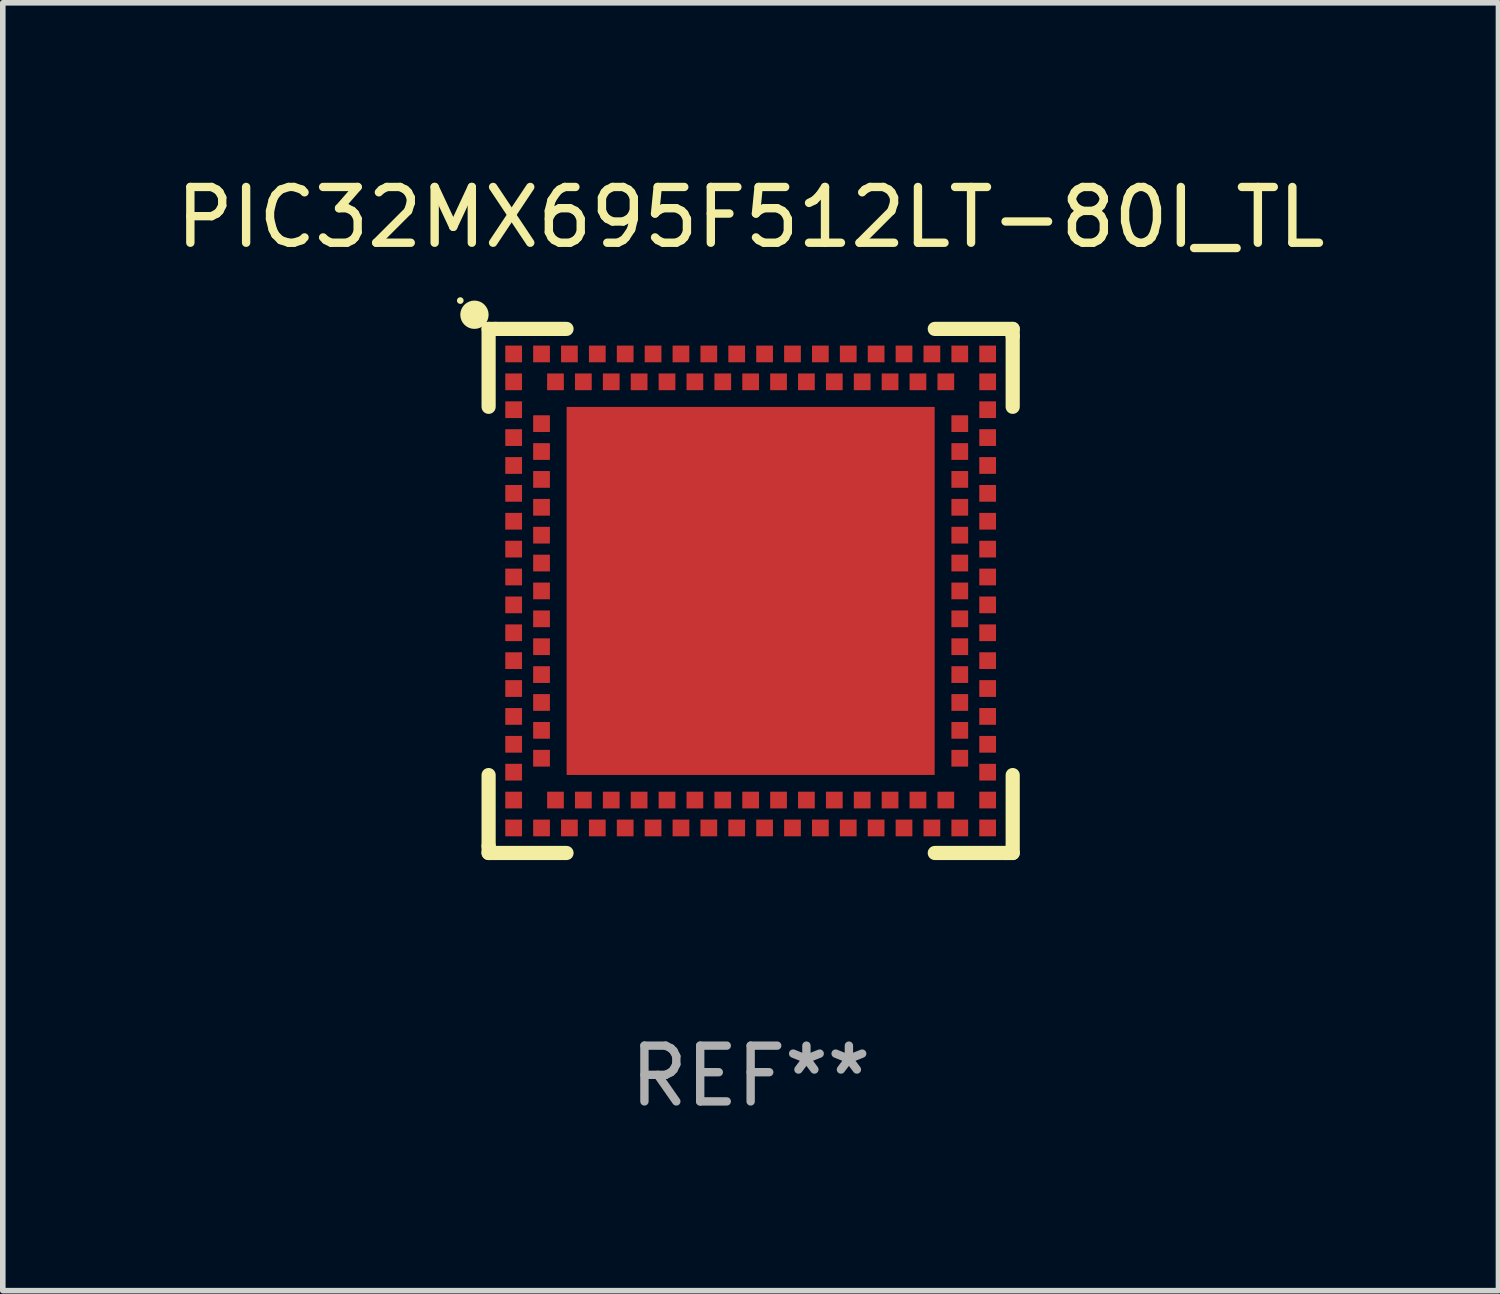
<source format=kicad_pcb>
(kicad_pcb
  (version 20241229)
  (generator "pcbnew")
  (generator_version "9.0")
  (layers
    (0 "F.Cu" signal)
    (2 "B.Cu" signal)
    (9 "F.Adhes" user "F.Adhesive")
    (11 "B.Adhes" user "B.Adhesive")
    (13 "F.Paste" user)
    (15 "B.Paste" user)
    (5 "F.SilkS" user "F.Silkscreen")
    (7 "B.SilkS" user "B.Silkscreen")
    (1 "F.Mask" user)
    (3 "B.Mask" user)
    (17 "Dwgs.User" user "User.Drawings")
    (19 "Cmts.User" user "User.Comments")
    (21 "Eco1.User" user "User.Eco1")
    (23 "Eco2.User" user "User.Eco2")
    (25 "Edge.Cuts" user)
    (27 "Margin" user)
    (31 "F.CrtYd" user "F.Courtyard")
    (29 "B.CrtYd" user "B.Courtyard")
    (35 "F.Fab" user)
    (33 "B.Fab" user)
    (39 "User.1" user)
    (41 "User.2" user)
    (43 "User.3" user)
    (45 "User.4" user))
  (footprint "PIC32MX695F512LT-80I_TL"
    (layer "F.Cu")
    (at 10.411 7.547)
    (property "Reference" "PIC32MX695F512LT-80I_TL" (at 0 -6.699 0) (layer "F.SilkS") (effects (font (size 1 1) (thickness 0.15))))
    (attr through_hole)
    (fp_line (start -4.699 -4.699) (end -4.699 -3.302) (stroke (width 0.254) (type solid)) (layer "F.SilkS"))
    (fp_line (start -4.699 3.302) (end -4.699 4.572) (stroke (width 0.254) (type solid)) (layer "F.SilkS"))
    (fp_line (start -4.699 4.572) (end -4.699 4.699) (stroke (width 0.254) (type solid)) (layer "F.SilkS"))
    (fp_line (start -4.699 4.699) (end -3.302 4.699) (stroke (width 0.254) (type solid)) (layer "F.SilkS"))
    (fp_line (start -4.572 -4.699) (end -4.699 -4.699) (stroke (width 0.254) (type solid)) (layer "F.SilkS"))
    (fp_line (start -3.302 -4.699) (end -4.572 -4.699) (stroke (width 0.254) (type solid)) (layer "F.SilkS"))
    (fp_line (start 3.302 4.699) (end 4.572 4.699) (stroke (width 0.254) (type solid)) (layer "F.SilkS"))
    (fp_line (start 4.572 4.699) (end 4.699 4.699) (stroke (width 0.254) (type solid)) (layer "F.SilkS"))
    (fp_line (start 4.699 -4.699) (end 3.302 -4.699) (stroke (width 0.254) (type solid)) (layer "F.SilkS"))
    (fp_line (start 4.699 -4.572) (end 4.699 -4.699) (stroke (width 0.254) (type solid)) (layer "F.SilkS"))
    (fp_line (start 4.699 -3.302) (end 4.699 -4.572) (stroke (width 0.254) (type solid)) (layer "F.SilkS"))
    (fp_line (start 4.699 4.699) (end 4.699 3.302) (stroke (width 0.254) (type solid)) (layer "F.SilkS"))
    (fp_circle (center -5.207 -5.207) (end -5.177 -5.207) (stroke (width 0.06) (type solid)) (fill no) (layer "F.SilkS"))
    (fp_circle (center -4.953 -4.953) (end -4.826 -4.953) (stroke (width 0.254) (type solid)) (fill no) (layer "F.SilkS"))
    (fp_text user "REF**" (at 0 8.699 0) (layer "F.Fab") (effects (font (size 1 1) (thickness 0.15))))
    (pad "125" smd rect (at 0.000025 -0.000102 90) (size 6.6 6.6) (layers "F.Cu" "F.Mask" "F.Paste"))
    (pad "A1" smd rect (at -4.25 -3.75 90) (size 0.3 0.3) (layers "F.Cu" "F.Mask" "F.Paste"))
    (pad "A2" smd rect (at -4.25 -3.25 90) (size 0.3 0.3) (layers "F.Cu" "F.Mask" "F.Paste"))
    (pad "A3" smd rect (at -4.25 -2.75 90) (size 0.3 0.3) (layers "F.Cu" "F.Mask" "F.Paste"))
    (pad "A4" smd rect (at -4.25 -2.25 90) (size 0.3 0.3) (layers "F.Cu" "F.Mask" "F.Paste"))
    (pad "A5" smd rect (at -4.25 -1.75 90) (size 0.3 0.3) (layers "F.Cu" "F.Mask" "F.Paste"))
    (pad "A6" smd rect (at -4.25 -1.25 90) (size 0.3 0.3) (layers "F.Cu" "F.Mask" "F.Paste"))
    (pad "A7" smd rect (at -4.25 -0.75 90) (size 0.3 0.3) (layers "F.Cu" "F.Mask" "F.Paste"))
    (pad "A8" smd rect (at -4.25 -0.25 90) (size 0.3 0.3) (layers "F.Cu" "F.Mask" "F.Paste"))
    (pad "A9" smd rect (at -4.25 0.25 90) (size 0.3 0.3) (layers "F.Cu" "F.Mask" "F.Paste"))
    (pad "A10" smd rect (at -4.25 0.75 90) (size 0.3 0.3) (layers "F.Cu" "F.Mask" "F.Paste"))
    (pad "A11" smd rect (at -4.25 1.25 90) (size 0.3 0.3) (layers "F.Cu" "F.Mask" "F.Paste"))
    (pad "A12" smd rect (at -4.25 1.75 90) (size 0.3 0.3) (layers "F.Cu" "F.Mask" "F.Paste"))
    (pad "A13" smd rect (at -4.25 2.25 90) (size 0.3 0.3) (layers "F.Cu" "F.Mask" "F.Paste"))
    (pad "A14" smd rect (at -4.25 2.75 90) (size 0.3 0.3) (layers "F.Cu" "F.Mask" "F.Paste"))
    (pad "A15" smd rect (at -4.25 3.25 90) (size 0.3 0.3) (layers "F.Cu" "F.Mask" "F.Paste"))
    (pad "A16" smd rect (at -4.25 3.75 90) (size 0.3 0.3) (layers "F.Cu" "F.Mask" "F.Paste"))
    (pad "A17" smd rect (at -4.25 4.25 90) (size 0.3 0.3) (layers "F.Cu" "F.Mask" "F.Paste"))
    (pad "A18" smd rect (at -3.75 4.25 90) (size 0.3 0.3) (layers "F.Cu" "F.Mask" "F.Paste"))
    (pad "A19" smd rect (at -3.25 4.25 90) (size 0.3 0.3) (layers "F.Cu" "F.Mask" "F.Paste"))
    (pad "A20" smd rect (at -2.75 4.25 90) (size 0.3 0.3) (layers "F.Cu" "F.Mask" "F.Paste"))
    (pad "A21" smd rect (at -2.25 4.25 90) (size 0.3 0.3) (layers "F.Cu" "F.Mask" "F.Paste"))
    (pad "A22" smd rect (at -1.75 4.25 90) (size 0.3 0.3) (layers "F.Cu" "F.Mask" "F.Paste"))
    (pad "A23" smd rect (at -1.25 4.25 90) (size 0.3 0.3) (layers "F.Cu" "F.Mask" "F.Paste"))
    (pad "A24" smd rect (at -0.75 4.25 90) (size 0.3 0.3) (layers "F.Cu" "F.Mask" "F.Paste"))
    (pad "A25" smd rect (at -0.25 4.25 90) (size 0.3 0.3) (layers "F.Cu" "F.Mask" "F.Paste"))
    (pad "A26" smd rect (at 0.25 4.25 90) (size 0.3 0.3) (layers "F.Cu" "F.Mask" "F.Paste"))
    (pad "A27" smd rect (at 0.75 4.25 90) (size 0.3 0.3) (layers "F.Cu" "F.Mask" "F.Paste"))
    (pad "A28" smd rect (at 1.25 4.25 90) (size 0.3 0.3) (layers "F.Cu" "F.Mask" "F.Paste"))
    (pad "A29" smd rect (at 1.75 4.25 90) (size 0.3 0.3) (layers "F.Cu" "F.Mask" "F.Paste"))
    (pad "A30" smd rect (at 2.25 4.25 90) (size 0.3 0.3) (layers "F.Cu" "F.Mask" "F.Paste"))
    (pad "A31" smd rect (at 2.75 4.25 90) (size 0.3 0.3) (layers "F.Cu" "F.Mask" "F.Paste"))
    (pad "A32" smd rect (at 3.25 4.25 90) (size 0.3 0.3) (layers "F.Cu" "F.Mask" "F.Paste"))
    (pad "A33" smd rect (at 3.75 4.25 90) (size 0.3 0.3) (layers "F.Cu" "F.Mask" "F.Paste"))
    (pad "A34" smd rect (at 4.25 4.25 90) (size 0.3 0.3) (layers "F.Cu" "F.Mask" "F.Paste"))
    (pad "A35" smd rect (at 4.25 3.75 90) (size 0.3 0.3) (layers "F.Cu" "F.Mask" "F.Paste"))
    (pad "A36" smd rect (at 4.25 3.25 90) (size 0.3 0.3) (layers "F.Cu" "F.Mask" "F.Paste"))
    (pad "A37" smd rect (at 4.25 2.75 90) (size 0.3 0.3) (layers "F.Cu" "F.Mask" "F.Paste"))
    (pad "A38" smd rect (at 4.25 2.25 90) (size 0.3 0.3) (layers "F.Cu" "F.Mask" "F.Paste"))
    (pad "A39" smd rect (at 4.25 1.75 90) (size 0.3 0.3) (layers "F.Cu" "F.Mask" "F.Paste"))
    (pad "A40" smd rect (at 4.25 1.25 90) (size 0.3 0.3) (layers "F.Cu" "F.Mask" "F.Paste"))
    (pad "A41" smd rect (at 4.25 0.75 90) (size 0.3 0.3) (layers "F.Cu" "F.Mask" "F.Paste"))
    (pad "A42" smd rect (at 4.25 0.25 90) (size 0.3 0.3) (layers "F.Cu" "F.Mask" "F.Paste"))
    (pad "A43" smd rect (at 4.25 -0.25 90) (size 0.3 0.3) (layers "F.Cu" "F.Mask" "F.Paste"))
    (pad "A44" smd rect (at 4.25 -0.75 90) (size 0.3 0.3) (layers "F.Cu" "F.Mask" "F.Paste"))
    (pad "A45" smd rect (at 4.25 -1.25 90) (size 0.3 0.3) (layers "F.Cu" "F.Mask" "F.Paste"))
    (pad "A46" smd rect (at 4.25 -1.75 90) (size 0.3 0.3) (layers "F.Cu" "F.Mask" "F.Paste"))
    (pad "A47" smd rect (at 4.25 -2.25 90) (size 0.3 0.3) (layers "F.Cu" "F.Mask" "F.Paste"))
    (pad "A48" smd rect (at 4.25 -2.75 90) (size 0.3 0.3) (layers "F.Cu" "F.Mask" "F.Paste"))
    (pad "A49" smd rect (at 4.25 -3.25 90) (size 0.3 0.3) (layers "F.Cu" "F.Mask" "F.Paste"))
    (pad "A50" smd rect (at 4.25 -3.75 90) (size 0.3 0.3) (layers "F.Cu" "F.Mask" "F.Paste"))
    (pad "A51" smd rect (at 4.25 -4.25 90) (size 0.3 0.3) (layers "F.Cu" "F.Mask" "F.Paste"))
    (pad "A52" smd rect (at 3.75 -4.25 90) (size 0.3 0.3) (layers "F.Cu" "F.Mask" "F.Paste"))
    (pad "A53" smd rect (at 3.25 -4.25 90) (size 0.3 0.3) (layers "F.Cu" "F.Mask" "F.Paste"))
    (pad "A54" smd rect (at 2.75 -4.25 90) (size 0.3 0.3) (layers "F.Cu" "F.Mask" "F.Paste"))
    (pad "A55" smd rect (at 2.25 -4.25 90) (size 0.3 0.3) (layers "F.Cu" "F.Mask" "F.Paste"))
    (pad "A56" smd rect (at 1.75 -4.25 90) (size 0.3 0.3) (layers "F.Cu" "F.Mask" "F.Paste"))
    (pad "A57" smd rect (at 1.25 -4.25 90) (size 0.3 0.3) (layers "F.Cu" "F.Mask" "F.Paste"))
    (pad "A58" smd rect (at 0.75 -4.25 90) (size 0.3 0.3) (layers "F.Cu" "F.Mask" "F.Paste"))
    (pad "A59" smd rect (at 0.25 -4.25 90) (size 0.3 0.3) (layers "F.Cu" "F.Mask" "F.Paste"))
    (pad "A60" smd rect (at -0.25 -4.25 90) (size 0.3 0.3) (layers "F.Cu" "F.Mask" "F.Paste"))
    (pad "A61" smd rect (at -0.75 -4.25 90) (size 0.3 0.3) (layers "F.Cu" "F.Mask" "F.Paste"))
    (pad "A62" smd rect (at -1.25 -4.25 90) (size 0.3 0.3) (layers "F.Cu" "F.Mask" "F.Paste"))
    (pad "A63" smd rect (at -1.75 -4.25 90) (size 0.3 0.3) (layers "F.Cu" "F.Mask" "F.Paste"))
    (pad "A64" smd rect (at -2.25 -4.25 90) (size 0.3 0.3) (layers "F.Cu" "F.Mask" "F.Paste"))
    (pad "A65" smd rect (at -2.75 -4.25 90) (size 0.3 0.3) (layers "F.Cu" "F.Mask" "F.Paste"))
    (pad "A66" smd rect (at -3.25 -4.25 90) (size 0.3 0.3) (layers "F.Cu" "F.Mask" "F.Paste"))
    (pad "A67" smd rect (at -3.75 -4.25 90) (size 0.3 0.3) (layers "F.Cu" "F.Mask" "F.Paste"))
    (pad "A68" smd rect (at -4.25 -4.25 90) (size 0.3 0.3) (layers "F.Cu" "F.Mask" "F.Paste"))
    (pad "B1" smd rect (at -3.75 -3 90) (size 0.3 0.3) (layers "F.Cu" "F.Mask" "F.Paste"))
    (pad "B2" smd rect (at -3.75 -2.5 90) (size 0.3 0.3) (layers "F.Cu" "F.Mask" "F.Paste"))
    (pad "B3" smd rect (at -3.75 -2 90) (size 0.3 0.3) (layers "F.Cu" "F.Mask" "F.Paste"))
    (pad "B4" smd rect (at -3.75 -1.5 90) (size 0.3 0.3) (layers "F.Cu" "F.Mask" "F.Paste"))
    (pad "B5" smd rect (at -3.75 -1 90) (size 0.3 0.3) (layers "F.Cu" "F.Mask" "F.Paste"))
    (pad "B6" smd rect (at -3.75 -0.5 90) (size 0.3 0.3) (layers "F.Cu" "F.Mask" "F.Paste"))
    (pad "B7" smd rect (at -3.75 -0.000102 90) (size 0.3 0.3) (layers "F.Cu" "F.Mask" "F.Paste"))
    (pad "B8" smd rect (at -3.75 0.5 90) (size 0.3 0.3) (layers "F.Cu" "F.Mask" "F.Paste"))
    (pad "B9" smd rect (at -3.75 1 90) (size 0.3 0.3) (layers "F.Cu" "F.Mask" "F.Paste"))
    (pad "B10" smd rect (at -3.75 1.5 90) (size 0.3 0.3) (layers "F.Cu" "F.Mask" "F.Paste"))
    (pad "B11" smd rect (at -3.75 2 90) (size 0.3 0.3) (layers "F.Cu" "F.Mask" "F.Paste"))
    (pad "B12" smd rect (at -3.75 2.5 90) (size 0.3 0.3) (layers "F.Cu" "F.Mask" "F.Paste"))
    (pad "B13" smd rect (at -3.75 3 90) (size 0.3 0.3) (layers "F.Cu" "F.Mask" "F.Paste"))
    (pad "B14" smd rect (at -3.5 3.75 90) (size 0.3 0.3) (layers "F.Cu" "F.Mask" "F.Paste"))
    (pad "B15" smd rect (at -3 3.75 90) (size 0.3 0.3) (layers "F.Cu" "F.Mask" "F.Paste"))
    (pad "B16" smd rect (at -2.5 3.75 90) (size 0.3 0.3) (layers "F.Cu" "F.Mask" "F.Paste"))
    (pad "B17" smd rect (at -2 3.75 90) (size 0.3 0.3) (layers "F.Cu" "F.Mask" "F.Paste"))
    (pad "B18" smd rect (at -1.5 3.75 90) (size 0.3 0.3) (layers "F.Cu" "F.Mask" "F.Paste"))
    (pad "B19" smd rect (at -1 3.75 90) (size 0.3 0.3) (layers "F.Cu" "F.Mask" "F.Paste"))
    (pad "B20" smd rect (at -0.5 3.75 90) (size 0.3 0.3) (layers "F.Cu" "F.Mask" "F.Paste"))
    (pad "B21" smd rect (at 0.000025 3.75 90) (size 0.3 0.3) (layers "F.Cu" "F.Mask" "F.Paste"))
    (pad "B22" smd rect (at 0.5 3.75 90) (size 0.3 0.3) (layers "F.Cu" "F.Mask" "F.Paste"))
    (pad "B23" smd rect (at 1 3.75 90) (size 0.3 0.3) (layers "F.Cu" "F.Mask" "F.Paste"))
    (pad "B24" smd rect (at 1.5 3.75 90) (size 0.3 0.3) (layers "F.Cu" "F.Mask" "F.Paste"))
    (pad "B25" smd rect (at 2 3.75 90) (size 0.3 0.3) (layers "F.Cu" "F.Mask" "F.Paste"))
    (pad "B26" smd rect (at 2.5 3.75 90) (size 0.3 0.3) (layers "F.Cu" "F.Mask" "F.Paste"))
    (pad "B27" smd rect (at 3 3.75 90) (size 0.3 0.3) (layers "F.Cu" "F.Mask" "F.Paste"))
    (pad "B28" smd rect (at 3.5 3.75 90) (size 0.3 0.3) (layers "F.Cu" "F.Mask" "F.Paste"))
    (pad "B29" smd rect (at 3.75 3 90) (size 0.3 0.3) (layers "F.Cu" "F.Mask" "F.Paste"))
    (pad "B30" smd rect (at 3.75 2.5 90) (size 0.3 0.3) (layers "F.Cu" "F.Mask" "F.Paste"))
    (pad "B31" smd rect (at 3.75 2 90) (size 0.3 0.3) (layers "F.Cu" "F.Mask" "F.Paste"))
    (pad "B32" smd rect (at 3.75 1.5 90) (size 0.3 0.3) (layers "F.Cu" "F.Mask" "F.Paste"))
    (pad "B33" smd rect (at 3.75 1 90) (size 0.3 0.3) (layers "F.Cu" "F.Mask" "F.Paste"))
    (pad "B34" smd rect (at 3.75 0.5 90) (size 0.3 0.3) (layers "F.Cu" "F.Mask" "F.Paste"))
    (pad "B35" smd rect (at 3.75 -0.000102 90) (size 0.3 0.3) (layers "F.Cu" "F.Mask" "F.Paste"))
    (pad "B36" smd rect (at 3.75 -0.5 90) (size 0.3 0.3) (layers "F.Cu" "F.Mask" "F.Paste"))
    (pad "B37" smd rect (at 3.75 -1 90) (size 0.3 0.3) (layers "F.Cu" "F.Mask" "F.Paste"))
    (pad "B38" smd rect (at 3.75 -1.5 90) (size 0.3 0.3) (layers "F.Cu" "F.Mask" "F.Paste"))
    (pad "B39" smd rect (at 3.75 -2 90) (size 0.3 0.3) (layers "F.Cu" "F.Mask" "F.Paste"))
    (pad "B40" smd rect (at 3.75 -2.5 90) (size 0.3 0.3) (layers "F.Cu" "F.Mask" "F.Paste"))
    (pad "B41" smd rect (at 3.75 -3 90) (size 0.3 0.3) (layers "F.Cu" "F.Mask" "F.Paste"))
    (pad "B42" smd rect (at 3.5 -3.75 90) (size 0.3 0.3) (layers "F.Cu" "F.Mask" "F.Paste"))
    (pad "B43" smd rect (at 3 -3.75 90) (size 0.3 0.3) (layers "F.Cu" "F.Mask" "F.Paste"))
    (pad "B44" smd rect (at 2.5 -3.75 90) (size 0.3 0.3) (layers "F.Cu" "F.Mask" "F.Paste"))
    (pad "B45" smd rect (at 2 -3.75 90) (size 0.3 0.3) (layers "F.Cu" "F.Mask" "F.Paste"))
    (pad "B46" smd rect (at 1.5 -3.75 90) (size 0.3 0.3) (layers "F.Cu" "F.Mask" "F.Paste"))
    (pad "B47" smd rect (at 1 -3.75 90) (size 0.3 0.3) (layers "F.Cu" "F.Mask" "F.Paste"))
    (pad "B48" smd rect (at 0.5 -3.75 90) (size 0.3 0.3) (layers "F.Cu" "F.Mask" "F.Paste"))
    (pad "B49" smd rect (at 0.000025 -3.75 90) (size 0.3 0.3) (layers "F.Cu" "F.Mask" "F.Paste"))
    (pad "B50" smd rect (at -0.5 -3.75 90) (size 0.3 0.3) (layers "F.Cu" "F.Mask" "F.Paste"))
    (pad "B51" smd rect (at -1 -3.75 90) (size 0.3 0.3) (layers "F.Cu" "F.Mask" "F.Paste"))
    (pad "B52" smd rect (at -1.5 -3.75 90) (size 0.3 0.3) (layers "F.Cu" "F.Mask" "F.Paste"))
    (pad "B53" smd rect (at -2 -3.75 90) (size 0.3 0.3) (layers "F.Cu" "F.Mask" "F.Paste"))
    (pad "B54" smd rect (at -2.5 -3.75 90) (size 0.3 0.3) (layers "F.Cu" "F.Mask" "F.Paste"))
    (pad "B55" smd rect (at -3 -3.75 90) (size 0.3 0.3) (layers "F.Cu" "F.Mask" "F.Paste"))
    (pad "B56" smd rect (at -3.5 -3.75 90) (size 0.3 0.3) (layers "F.Cu" "F.Mask" "F.Paste")))
  (gr_rect
    (start -3 -3)
    (end 23.821 20.095)
    (stroke (width 0.1) (type default))
    (fill no)
    (layer "Edge.Cuts")))
</source>
